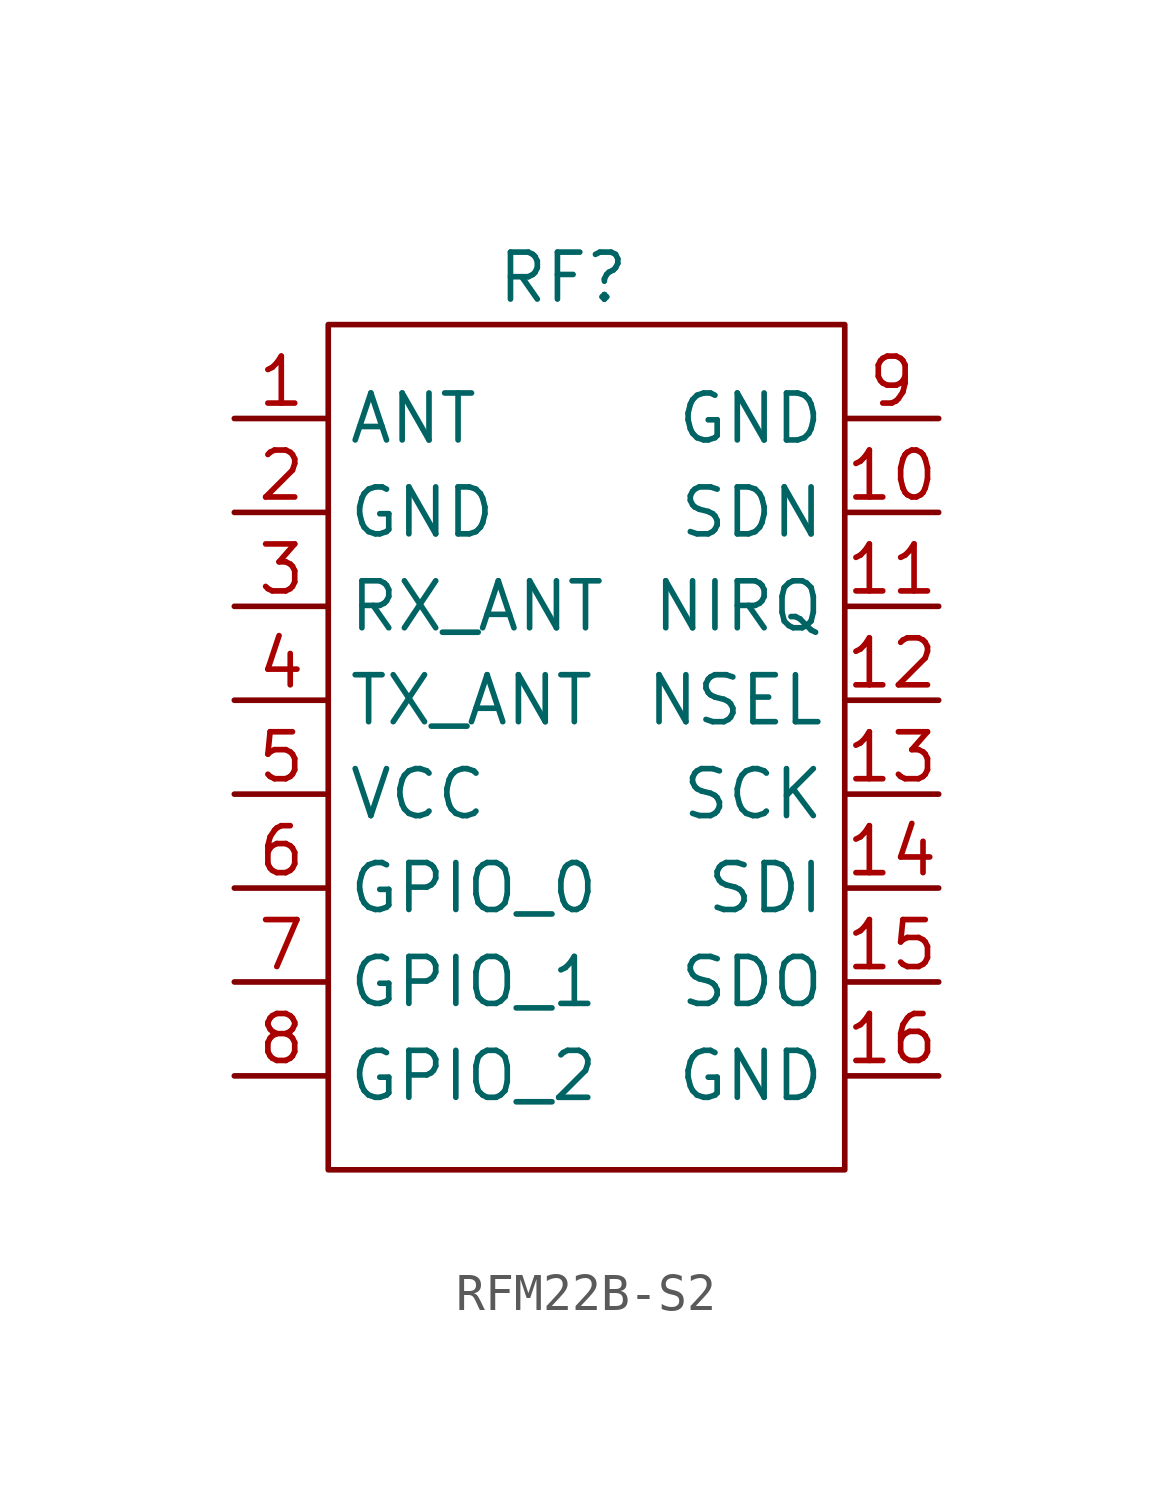
<source format=kicad_sym>
(kicad_symbol_lib
  (version 20231120)
  (generator "kicad_symbol_editor")
  (generator_version "8.0")
  (symbol "RFM22B-S2"
    (property "Reference" "RF"
      (at -1.27 3.81 0)
      (effects (font (size 1.27 1.27))))
    (symbol "RFM22B-S2_0_0"
      (pin bidirectional line (at -10.16 0 0) (length 2.54) (name "ANT" (effects (font (size 1.27 1.27)))) (number "1" (effects (font (size 1.27 1.27)))))
      (pin input line (at 8.89 -2.54 180) (length 2.54) (name "SDN" (effects (font (size 1.27 1.27)))) (number "10" (effects (font (size 1.27 1.27)))))
      (pin bidirectional line (at 8.89 -5.08 180) (length 2.54) (name "NIRQ" (effects (font (size 1.27 1.27)))) (number "11" (effects (font (size 1.27 1.27)))))
      (pin input line (at 8.89 -7.62 180) (length 2.54) (name "NSEL" (effects (font (size 1.27 1.27)))) (number "12" (effects (font (size 1.27 1.27)))))
      (pin input line (at 8.89 -10.16 180) (length 2.54) (name "SCK" (effects (font (size 1.27 1.27)))) (number "13" (effects (font (size 1.27 1.27)))))
      (pin input line (at 8.89 -12.7 180) (length 2.54) (name "SDI" (effects (font (size 1.27 1.27)))) (number "14" (effects (font (size 1.27 1.27)))))
      (pin input line (at 8.89 -15.24 180) (length 2.54) (name "SDO" (effects (font (size 1.27 1.27)))) (number "15" (effects (font (size 1.27 1.27)))))
      (pin power_in line (at 8.89 -17.78 180) (length 2.54) (name "GND" (effects (font (size 1.27 1.27)))) (number "16" (effects (font (size 1.27 1.27)))))
      (pin power_in line (at -10.16 -2.54 0) (length 2.54) (name "GND" (effects (font (size 1.27 1.27)))) (number "2" (effects (font (size 1.27 1.27)))))
      (pin input line (at -10.16 -5.08 0) (length 2.54) (name "RX_ANT" (effects (font (size 1.27 1.27)))) (number "3" (effects (font (size 1.27 1.27)))))
      (pin output line (at -10.16 -7.62 0) (length 2.54) (name "TX_ANT" (effects (font (size 1.27 1.27)))) (number "4" (effects (font (size 1.27 1.27)))))
      (pin power_in line (at -10.16 -10.16 0) (length 2.54) (name "VCC" (effects (font (size 1.27 1.27)))) (number "5" (effects (font (size 1.27 1.27)))))
      (pin bidirectional line (at -10.16 -12.7 0) (length 2.54) (name "GPIO_0" (effects (font (size 1.27 1.27)))) (number "6" (effects (font (size 1.27 1.27)))))
      (pin bidirectional line (at -10.16 -15.24 0) (length 2.54) (name "GPIO_1" (effects (font (size 1.27 1.27)))) (number "7" (effects (font (size 1.27 1.27)))))
      (pin bidirectional line (at -10.16 -17.78 0) (length 2.54) (name "GPIO_2" (effects (font (size 1.27 1.27)))) (number "8" (effects (font (size 1.27 1.27)))))
      (pin power_in line (at 8.89 0 180) (length 2.54) (name "GND" (effects (font (size 1.27 1.27)))) (number "9" (effects (font (size 1.27 1.27))))))
    (symbol "RFM22B-S2_0_1"
      (rectangle (start -7.62 2.54) (end 6.35 -20.32) (stroke (width 0) (type default)) (fill (type none))))))
</source>
